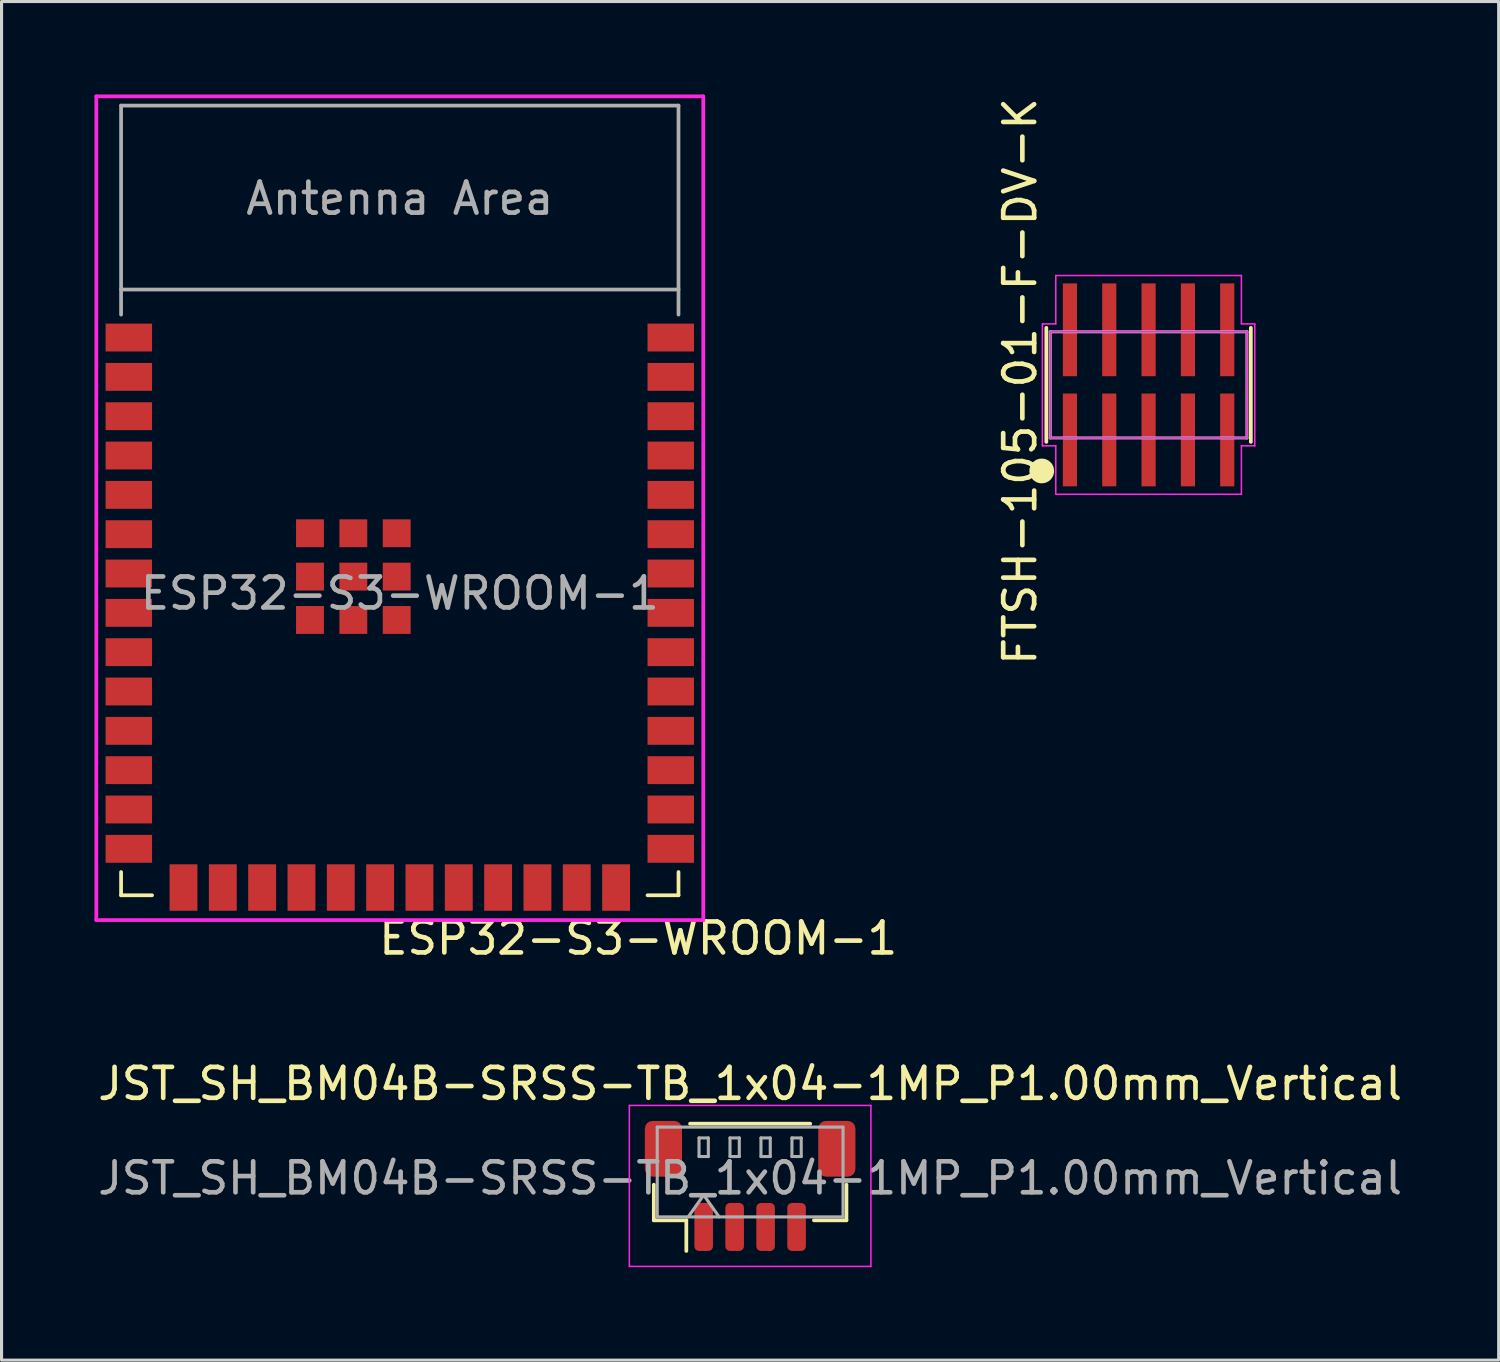
<source format=kicad_pcb>
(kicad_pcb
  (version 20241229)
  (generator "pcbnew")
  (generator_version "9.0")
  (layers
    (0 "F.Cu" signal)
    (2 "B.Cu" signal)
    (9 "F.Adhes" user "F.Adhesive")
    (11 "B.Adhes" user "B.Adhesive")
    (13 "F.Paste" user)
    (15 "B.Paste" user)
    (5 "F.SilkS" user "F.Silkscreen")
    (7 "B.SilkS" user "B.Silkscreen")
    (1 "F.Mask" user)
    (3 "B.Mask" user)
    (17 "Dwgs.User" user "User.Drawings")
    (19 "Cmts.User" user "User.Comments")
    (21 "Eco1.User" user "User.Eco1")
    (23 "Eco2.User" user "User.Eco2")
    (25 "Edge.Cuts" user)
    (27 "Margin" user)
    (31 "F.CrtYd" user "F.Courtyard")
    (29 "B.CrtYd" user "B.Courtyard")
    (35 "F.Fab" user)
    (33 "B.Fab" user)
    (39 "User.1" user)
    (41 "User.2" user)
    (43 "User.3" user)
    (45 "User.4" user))
  (footprint "ESP32-S3-WROOM-1"
    (layer "F.Cu")
    (at 9.86 16.11)
    (property "Reference" "ESP32-S3-WROOM-1" (at 7.7 11.14 0) (layer "F.SilkS") (effects (font (size 1 1) (thickness 0.15))))
    (attr smd)
    (fp_line (start -9 9) (end -9 9.75) (stroke (width 0.12) (type solid)) (layer "F.SilkS"))
    (fp_line (start -9 9.75) (end -8 9.75) (stroke (width 0.12) (type solid)) (layer "F.SilkS"))
    (fp_line (start 9 9) (end 9 9.75) (stroke (width 0.12) (type solid)) (layer "F.SilkS"))
    (fp_line (start 9 9.75) (end 8 9.75) (stroke (width 0.12) (type solid)) (layer "F.SilkS"))
    (fp_line (start -9 -9.81) (end 9 -9.81) (stroke (width 0.12) (type solid)) (layer "Eco2.User"))
    (fp_line (start -9 9.75) (end -9 -15.75) (stroke (width 0.12) (type solid)) (layer "Eco2.User"))
    (fp_line (start 9 -15.75) (end 9 9.75) (stroke (width 0.12) (type solid)) (layer "Eco2.User"))
    (fp_line (start 9 9.75) (end -9 9.75) (stroke (width 0.12) (type solid)) (layer "Eco2.User"))
    (fp_line (start -9.8 -16.05) (end -9.8 10.55) (stroke (width 0.12) (type solid)) (layer "F.CrtYd"))
    (fp_line (start -9.8 10.55) (end 9.8 10.55) (stroke (width 0.12) (type solid)) (layer "F.CrtYd"))
    (fp_line (start 9.8 -16.05) (end -9.8 -16.05) (stroke (width 0.12) (type solid)) (layer "F.CrtYd"))
    (fp_line (start 9.8 -16.05) (end 9.8 10.55) (stroke (width 0.12) (type solid)) (layer "F.CrtYd"))
    (fp_line (start -9 -15.75) (end -9 -9) (stroke (width 0.12) (type solid)) (layer "F.Fab"))
    (fp_line (start -9 -15.75) (end 9 -15.75) (stroke (width 0.12) (type solid)) (layer "F.Fab"))
    (fp_line (start 9 -15.75) (end 9 -9) (stroke (width 0.12) (type solid)) (layer "F.Fab"))
    (fp_line (start 9 -9.81) (end -9 -9.81) (stroke (width 0.12) (type solid)) (layer "F.Fab"))
    (fp_text user "Antenna Area" (at 0 -12.75 0) (layer "Eco2.User") (effects (font (size 1 1) (thickness 0.15))))
    (fp_text user "${REFERENCE}" (at 0 0 0) (layer "F.Fab") (effects (font (size 1 1) (thickness 0.15))))
    (fp_text user "Antenna Area" (at 0 -12.75 0) (layer "F.Fab") (effects (font (size 1 1) (thickness 0.15))))
    (pad "1" smd rect (at -8.75 -8.26) (size 1.5 0.9) (layers "F.Cu" "F.Mask" "F.Paste"))
    (pad "2" smd rect (at -8.75 -6.99) (size 1.5 0.9) (layers "F.Cu" "F.Mask" "F.Paste"))
    (pad "3" smd rect (at -8.75 -5.72) (size 1.5 0.9) (layers "F.Cu" "F.Mask" "F.Paste"))
    (pad "4" smd rect (at -8.75 -4.45) (size 1.5 0.9) (layers "F.Cu" "F.Mask" "F.Paste"))
    (pad "5" smd rect (at -8.75 -3.18) (size 1.5 0.9) (layers "F.Cu" "F.Mask" "F.Paste"))
    (pad "6" smd rect (at -8.75 -1.91) (size 1.5 0.9) (layers "F.Cu" "F.Mask" "F.Paste"))
    (pad "7" smd rect (at -8.75 -0.64) (size 1.5 0.9) (layers "F.Cu" "F.Mask" "F.Paste"))
    (pad "8" smd rect (at -8.75 0.63) (size 1.5 0.9) (layers "F.Cu" "F.Mask" "F.Paste"))
    (pad "9" smd rect (at -8.75 1.9) (size 1.5 0.9) (layers "F.Cu" "F.Mask" "F.Paste"))
    (pad "10" smd rect (at -8.75 3.17) (size 1.5 0.9) (layers "F.Cu" "F.Mask" "F.Paste"))
    (pad "11" smd rect (at -8.75 4.44) (size 1.5 0.9) (layers "F.Cu" "F.Mask" "F.Paste"))
    (pad "12" smd rect (at -8.75 5.71) (size 1.5 0.9) (layers "F.Cu" "F.Mask" "F.Paste"))
    (pad "13" smd rect (at -8.75 6.98) (size 1.5 0.9) (layers "F.Cu" "F.Mask" "F.Paste"))
    (pad "14" smd rect (at -8.75 8.25) (size 1.5 0.9) (layers "F.Cu" "F.Mask" "F.Paste"))
    (pad "15" smd rect (at -6.985 9.5 90) (size 1.5 0.9) (layers "F.Cu" "F.Mask" "F.Paste"))
    (pad "16" smd rect (at -5.715 9.5 90) (size 1.5 0.9) (layers "F.Cu" "F.Mask" "F.Paste"))
    (pad "17" smd rect (at -4.445 9.5 90) (size 1.5 0.9) (layers "F.Cu" "F.Mask" "F.Paste"))
    (pad "18" smd rect (at -3.175 9.5 90) (size 1.5 0.9) (layers "F.Cu" "F.Mask" "F.Paste"))
    (pad "19" smd rect (at -1.905 9.5 90) (size 1.5 0.9) (layers "F.Cu" "F.Mask" "F.Paste"))
    (pad "20" smd rect (at -0.635 9.5 90) (size 1.5 0.9) (layers "F.Cu" "F.Mask" "F.Paste"))
    (pad "21" smd rect (at 0.635 9.5 90) (size 1.5 0.9) (layers "F.Cu" "F.Mask" "F.Paste"))
    (pad "22" smd rect (at 1.905 9.5 90) (size 1.5 0.9) (layers "F.Cu" "F.Mask" "F.Paste"))
    (pad "23" smd rect (at 3.175 9.5 90) (size 1.5 0.9) (layers "F.Cu" "F.Mask" "F.Paste"))
    (pad "24" smd rect (at 4.445 9.5 90) (size 1.5 0.9) (layers "F.Cu" "F.Mask" "F.Paste"))
    (pad "25" smd rect (at 5.715 9.5 90) (size 1.5 0.9) (layers "F.Cu" "F.Mask" "F.Paste"))
    (pad "26" smd rect (at 6.985 9.5 90) (size 1.5 0.9) (layers "F.Cu" "F.Mask" "F.Paste"))
    (pad "27" smd rect (at 8.75 8.25 180) (size 1.5 0.9) (layers "F.Cu" "F.Mask" "F.Paste"))
    (pad "28" smd rect (at 8.75 6.98 180) (size 1.5 0.9) (layers "F.Cu" "F.Mask" "F.Paste"))
    (pad "29" smd rect (at 8.75 5.71 180) (size 1.5 0.9) (layers "F.Cu" "F.Mask" "F.Paste"))
    (pad "30" smd rect (at 8.75 4.44 180) (size 1.5 0.9) (layers "F.Cu" "F.Mask" "F.Paste"))
    (pad "31" smd rect (at 8.75 3.17 180) (size 1.5 0.9) (layers "F.Cu" "F.Mask" "F.Paste"))
    (pad "32" smd rect (at 8.75 1.9 180) (size 1.5 0.9) (layers "F.Cu" "F.Mask" "F.Paste"))
    (pad "33" smd rect (at 8.75 0.63 180) (size 1.5 0.9) (layers "F.Cu" "F.Mask" "F.Paste"))
    (pad "34" smd rect (at 8.75 -0.64 180) (size 1.5 0.9) (layers "F.Cu" "F.Mask" "F.Paste"))
    (pad "35" smd rect (at 8.75 -1.91 180) (size 1.5 0.9) (layers "F.Cu" "F.Mask" "F.Paste"))
    (pad "36" smd rect (at 8.75 -3.18 180) (size 1.5 0.9) (layers "F.Cu" "F.Mask" "F.Paste"))
    (pad "37" smd rect (at 8.75 -4.45 180) (size 1.5 0.9) (layers "F.Cu" "F.Mask" "F.Paste"))
    (pad "38" smd rect (at 8.75 -5.72 180) (size 1.5 0.9) (layers "F.Cu" "F.Mask" "F.Paste"))
    (pad "39" smd rect (at 8.75 -6.99 180) (size 1.5 0.9) (layers "F.Cu" "F.Mask" "F.Paste"))
    (pad "40" smd rect (at 8.75 -8.26 180) (size 1.5 0.9) (layers "F.Cu" "F.Mask" "F.Paste"))
    (pad "41" smd rect (at -2.9 -1.94 180) (size 0.9 0.9) (layers "F.Cu" "F.Mask" "F.Paste"))
    (pad "41" smd rect (at -2.9 -0.54 180) (size 0.9 0.9) (layers "F.Cu" "F.Mask" "F.Paste"))
    (pad "41" smd rect (at -2.9 0.86 180) (size 0.9 0.9) (layers "F.Cu" "F.Mask" "F.Paste"))
    (pad "41" smd rect (at -1.5 -1.94 180) (size 0.9 0.9) (layers "F.Cu" "F.Mask" "F.Paste"))
    (pad "41" smd rect (at -1.5 -0.54 180) (size 0.9 0.9) (layers "F.Cu" "F.Mask" "F.Paste"))
    (pad "41" smd rect (at -1.5 0.86 180) (size 0.9 0.9) (layers "F.Cu" "F.Mask" "F.Paste"))
    (pad "41" smd rect (at -0.1 -1.94 180) (size 0.9 0.9) (layers "F.Cu" "F.Mask" "F.Paste"))
    (pad "41" smd rect (at -0.1 -0.54 180) (size 0.9 0.9) (layers "F.Cu" "F.Mask" "F.Paste"))
    (pad "41" smd rect (at -0.1 0.86 180) (size 0.9 0.9) (layers "F.Cu" "F.Mask" "F.Paste")))
  (footprint "JST_SH_BM04B-SRSS-TB_1x04-1MP_P1.00mm_Vertical"
    (layer "F.Cu")
    (at 21.173 35.246)
    (property "Reference" "JST_SH_BM04B-SRSS-TB_1x04-1MP_P1.00mm_Vertical" (at 0 -3.3 180) (layer "F.SilkS") (effects (font (size 1 1) (thickness 0.15))))
    (attr smd)
    (fp_line (start -3.11 -0.04) (end -3.11 1.11) (stroke (width 0.12) (type solid)) (layer "F.SilkS"))
    (fp_line (start -3.11 1.11) (end -2.06 1.11) (stroke (width 0.12) (type solid)) (layer "F.SilkS"))
    (fp_line (start -2.06 1.11) (end -2.06 2.1) (stroke (width 0.12) (type solid)) (layer "F.SilkS"))
    (fp_line (start -1.94 -2.01) (end 1.94 -2.01) (stroke (width 0.12) (type solid)) (layer "F.SilkS"))
    (fp_line (start 3.11 -0.04) (end 3.11 1.11) (stroke (width 0.12) (type solid)) (layer "F.SilkS"))
    (fp_line (start 3.11 1.11) (end 2.06 1.11) (stroke (width 0.12) (type solid)) (layer "F.SilkS"))
    (fp_line (start -3.9 -2.6) (end -3.9 2.6) (stroke (width 0.05) (type solid)) (layer "F.CrtYd"))
    (fp_line (start -3.9 2.6) (end 3.9 2.6) (stroke (width 0.05) (type solid)) (layer "F.CrtYd"))
    (fp_line (start 3.9 -2.6) (end -3.9 -2.6) (stroke (width 0.05) (type solid)) (layer "F.CrtYd"))
    (fp_line (start 3.9 2.6) (end 3.9 -2.6) (stroke (width 0.05) (type solid)) (layer "F.CrtYd"))
    (fp_line (start -3 -1.9) (end 3 -1.9) (stroke (width 0.1) (type solid)) (layer "F.Fab"))
    (fp_line (start -3 1) (end -3 -1.9) (stroke (width 0.1) (type solid)) (layer "F.Fab"))
    (fp_line (start -3 1) (end 3 1) (stroke (width 0.1) (type solid)) (layer "F.Fab"))
    (fp_line (start -2 1) (end -1.5 0.293) (stroke (width 0.1) (type solid)) (layer "F.Fab"))
    (fp_line (start -1.65 -1.55) (end -1.65 -0.95) (stroke (width 0.1) (type solid)) (layer "F.Fab"))
    (fp_line (start -1.65 -0.95) (end -1.35 -0.95) (stroke (width 0.1) (type solid)) (layer "F.Fab"))
    (fp_line (start -1.5 0.293) (end -1 1) (stroke (width 0.1) (type solid)) (layer "F.Fab"))
    (fp_line (start -1.35 -1.55) (end -1.65 -1.55) (stroke (width 0.1) (type solid)) (layer "F.Fab"))
    (fp_line (start -1.35 -0.95) (end -1.35 -1.55) (stroke (width 0.1) (type solid)) (layer "F.Fab"))
    (fp_line (start -0.65 -1.55) (end -0.65 -0.95) (stroke (width 0.1) (type solid)) (layer "F.Fab"))
    (fp_line (start -0.65 -0.95) (end -0.35 -0.95) (stroke (width 0.1) (type solid)) (layer "F.Fab"))
    (fp_line (start -0.35 -1.55) (end -0.65 -1.55) (stroke (width 0.1) (type solid)) (layer "F.Fab"))
    (fp_line (start -0.35 -0.95) (end -0.35 -1.55) (stroke (width 0.1) (type solid)) (layer "F.Fab"))
    (fp_line (start 0.35 -1.55) (end 0.35 -0.95) (stroke (width 0.1) (type solid)) (layer "F.Fab"))
    (fp_line (start 0.35 -0.95) (end 0.65 -0.95) (stroke (width 0.1) (type solid)) (layer "F.Fab"))
    (fp_line (start 0.65 -1.55) (end 0.35 -1.55) (stroke (width 0.1) (type solid)) (layer "F.Fab"))
    (fp_line (start 0.65 -0.95) (end 0.65 -1.55) (stroke (width 0.1) (type solid)) (layer "F.Fab"))
    (fp_line (start 1.35 -1.55) (end 1.35 -0.95) (stroke (width 0.1) (type solid)) (layer "F.Fab"))
    (fp_line (start 1.35 -0.95) (end 1.65 -0.95) (stroke (width 0.1) (type solid)) (layer "F.Fab"))
    (fp_line (start 1.65 -1.55) (end 1.35 -1.55) (stroke (width 0.1) (type solid)) (layer "F.Fab"))
    (fp_line (start 1.65 -0.95) (end 1.65 -1.55) (stroke (width 0.1) (type solid)) (layer "F.Fab"))
    (fp_line (start 3 1) (end 3 -1.9) (stroke (width 0.1) (type solid)) (layer "F.Fab"))
    (fp_text user "${REFERENCE}" (at 0 -0.25 180) (layer "F.Fab") (effects (font (size 1 1) (thickness 0.15))))
    (pad "1" smd roundrect (at -1.5 1.325) (size 0.6 1.55) (layers "F.Cu" "F.Mask" "F.Paste") (roundrect_rratio 0.25))
    (pad "2" smd roundrect (at -0.5 1.325) (size 0.6 1.55) (layers "F.Cu" "F.Mask" "F.Paste") (roundrect_rratio 0.25))
    (pad "3" smd roundrect (at 0.5 1.325) (size 0.6 1.55) (layers "F.Cu" "F.Mask" "F.Paste") (roundrect_rratio 0.25))
    (pad "4" smd roundrect (at 1.5 1.325) (size 0.6 1.55) (layers "F.Cu" "F.Mask" "F.Paste") (roundrect_rratio 0.25))
    (pad "MP" smd roundrect (at -2.8 -1.2) (size 1.2 1.8) (layers "F.Cu" "F.Mask" "F.Paste") (roundrect_rratio 0.208))
    (pad "MP" smd roundrect (at 2.8 -1.2) (size 1.2 1.8) (layers "F.Cu" "F.Mask" "F.Paste") (roundrect_rratio 0.208)))
  (footprint "FTSH-105-01-F-DV-K"
    (layer "F.Cu")
    (at 34.04 9.378)
    (property "Reference" "FTSH-105-01-F-DV-K" (at -4.15 -0.11 90) (layer "F.SilkS") (effects (font (size 1 1) (thickness 0.15))))
    (attr through_hole)
    (fp_line (start -3.302 -1.841) (end -3.302 1.841) (stroke (width 0.12) (type solid)) (layer "F.SilkS"))
    (fp_line (start 3.302 1.841) (end 3.302 -1.841) (stroke (width 0.12) (type solid)) (layer "F.SilkS"))
    (fp_circle (center -3.45 2.78) (end -3.11 2.78) (stroke (width 0.12) (type solid)) (fill yes) (layer "F.SilkS"))
    (fp_line (start -3.429 -1.968) (end -2.997 -1.968) (stroke (width 0.05) (type solid)) (layer "F.CrtYd"))
    (fp_line (start -3.429 1.968) (end -3.429 -1.968) (stroke (width 0.05) (type solid)) (layer "F.CrtYd"))
    (fp_line (start -3.175 -1.714) (end 3.175 -1.714) (stroke (width 0.05) (type solid)) (layer "F.CrtYd"))
    (fp_line (start -3.175 1.714) (end -3.175 -1.714) (stroke (width 0.05) (type solid)) (layer "F.CrtYd"))
    (fp_line (start -2.997 -1.968) (end -2.997 -3.531) (stroke (width 0.05) (type solid)) (layer "F.CrtYd"))
    (fp_line (start -2.997 1.968) (end -3.429 1.968) (stroke (width 0.05) (type solid)) (layer "F.CrtYd"))
    (fp_line (start -2.997 3.531) (end -2.997 1.968) (stroke (width 0.05) (type solid)) (layer "F.CrtYd"))
    (fp_line (start -2.997 3.531) (end 2.997 3.531) (stroke (width 0.05) (type solid)) (layer "F.CrtYd"))
    (fp_line (start 2.997 -3.531) (end -2.997 -3.531) (stroke (width 0.05) (type solid)) (layer "F.CrtYd"))
    (fp_line (start 2.997 -3.531) (end 2.997 -1.968) (stroke (width 0.05) (type solid)) (layer "F.CrtYd"))
    (fp_line (start 2.997 -1.968) (end 3.429 -1.968) (stroke (width 0.05) (type solid)) (layer "F.CrtYd"))
    (fp_line (start 2.997 1.968) (end 2.997 3.531) (stroke (width 0.05) (type solid)) (layer "F.CrtYd"))
    (fp_line (start 3.175 -1.714) (end 3.175 1.714) (stroke (width 0.05) (type solid)) (layer "F.CrtYd"))
    (fp_line (start 3.175 1.714) (end -3.175 1.714) (stroke (width 0.05) (type solid)) (layer "F.CrtYd"))
    (fp_line (start 3.429 -1.968) (end 3.429 1.968) (stroke (width 0.05) (type solid)) (layer "F.CrtYd"))
    (fp_line (start 3.429 1.968) (end 2.997 1.968) (stroke (width 0.05) (type solid)) (layer "F.CrtYd"))
    (fp_line (start -3.175 -1.714) (end -3.175 1.714) (stroke (width 0.1) (type solid)) (layer "F.Fab"))
    (fp_line (start -3.175 1.714) (end 3.175 1.714) (stroke (width 0.1) (type solid)) (layer "F.Fab"))
    (fp_line (start 3.175 -1.714) (end -3.175 -1.714) (stroke (width 0.1) (type solid)) (layer "F.Fab"))
    (fp_line (start 3.175 1.714) (end 3.175 -1.714) (stroke (width 0.1) (type solid)) (layer "F.Fab"))
    (pad "1" smd rect (at -2.54 1.778) (size 0.457 2.997) (layers "F.Cu" "F.Mask" "F.Paste"))
    (pad "2" smd rect (at -2.54 -1.778) (size 0.457 2.997) (layers "F.Cu" "F.Mask" "F.Paste"))
    (pad "3" smd rect (at -1.27 1.778) (size 0.457 2.997) (layers "F.Cu" "F.Mask" "F.Paste"))
    (pad "4" smd rect (at -1.27 -1.778) (size 0.457 2.997) (layers "F.Cu" "F.Mask" "F.Paste"))
    (pad "5" smd rect (at 0 1.778) (size 0.457 2.997) (layers "F.Cu" "F.Mask" "F.Paste"))
    (pad "6" smd rect (at 0 -1.778) (size 0.457 2.997) (layers "F.Cu" "F.Mask" "F.Paste"))
    (pad "7" smd rect (at 1.27 1.778) (size 0.457 2.997) (layers "F.Cu" "F.Mask" "F.Paste"))
    (pad "8" smd rect (at 1.27 -1.778) (size 0.457 2.997) (layers "F.Cu" "F.Mask" "F.Paste"))
    (pad "9" smd rect (at 2.54 1.778) (size 0.457 2.997) (layers "F.Cu" "F.Mask" "F.Paste"))
    (pad "10" smd rect (at 2.54 -1.778) (size 0.457 2.997) (layers "F.Cu" "F.Mask" "F.Paste")))
  (gr_rect
    (start -3 -3)
    (end 45.345 40.871)
    (stroke (width 0.1) (type default))
    (fill no)
    (layer "Edge.Cuts")))
</source>
